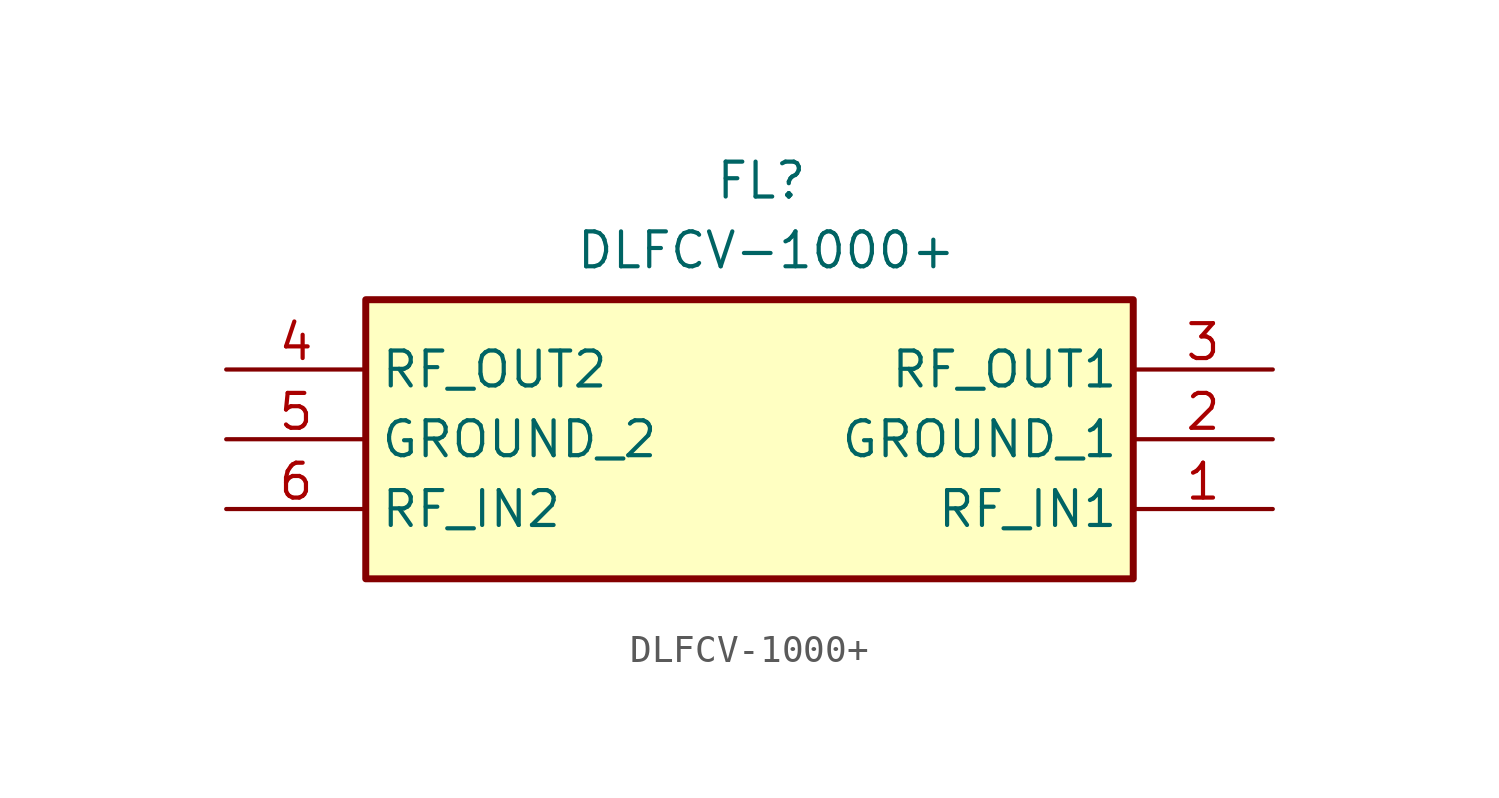
<source format=kicad_sym>
(kicad_symbol_lib
  (version 20220914)
  (generator kicad_symbol_editor)
  (symbol "DLFCV-1000+"
    (property "Reference" "FL"
      (at 17.78 7.62 0)
      (effects (font (size 1.27 1.27)) (justify left top)))
    (property "Value" "DLFCV-1000+"
      (at 12.7 5.08 0)
      (effects (font (size 1.27 1.27)) (justify left top)))
    (symbol "DLFCV-1000+_1_1"
      (rectangle (start 5.08 2.54) (end 33.02 -7.62) (stroke (width 0.254) (type default)) (fill (type background)))
      (pin passive line (at 38.1 -5.08 180) (length 5.08) (name "RF_IN1" (effects (font (size 1.27 1.27)))) (number "1" (effects (font (size 1.27 1.27)))))
      (pin passive line (at 38.1 -2.54 180) (length 5.08) (name "GROUND_1" (effects (font (size 1.27 1.27)))) (number "2" (effects (font (size 1.27 1.27)))))
      (pin passive line (at 38.1 0 180) (length 5.08) (name "RF_OUT1" (effects (font (size 1.27 1.27)))) (number "3" (effects (font (size 1.27 1.27)))))
      (pin passive line (at 0 0 0) (length 5.08) (name "RF_OUT2" (effects (font (size 1.27 1.27)))) (number "4" (effects (font (size 1.27 1.27)))))
      (pin passive line (at 0 -2.54 0) (length 5.08) (name "GROUND_2" (effects (font (size 1.27 1.27)))) (number "5" (effects (font (size 1.27 1.27)))))
      (pin passive line (at 0 -5.08 0) (length 5.08) (name "RF_IN2" (effects (font (size 1.27 1.27)))) (number "6" (effects (font (size 1.27 1.27))))))))
</source>
